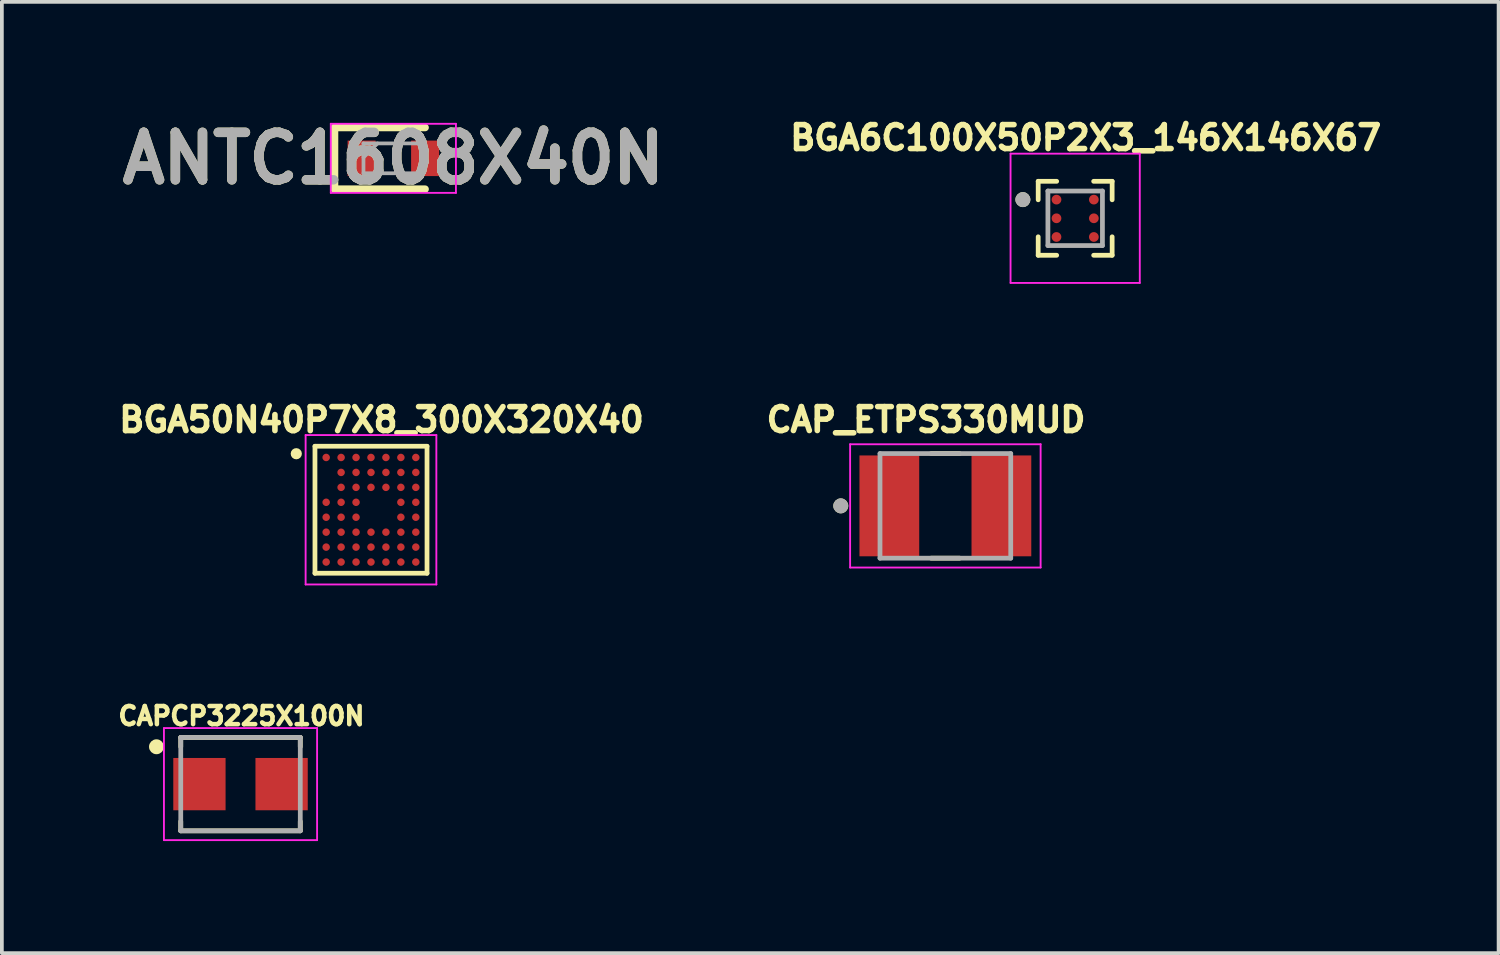
<source format=kicad_pcb>
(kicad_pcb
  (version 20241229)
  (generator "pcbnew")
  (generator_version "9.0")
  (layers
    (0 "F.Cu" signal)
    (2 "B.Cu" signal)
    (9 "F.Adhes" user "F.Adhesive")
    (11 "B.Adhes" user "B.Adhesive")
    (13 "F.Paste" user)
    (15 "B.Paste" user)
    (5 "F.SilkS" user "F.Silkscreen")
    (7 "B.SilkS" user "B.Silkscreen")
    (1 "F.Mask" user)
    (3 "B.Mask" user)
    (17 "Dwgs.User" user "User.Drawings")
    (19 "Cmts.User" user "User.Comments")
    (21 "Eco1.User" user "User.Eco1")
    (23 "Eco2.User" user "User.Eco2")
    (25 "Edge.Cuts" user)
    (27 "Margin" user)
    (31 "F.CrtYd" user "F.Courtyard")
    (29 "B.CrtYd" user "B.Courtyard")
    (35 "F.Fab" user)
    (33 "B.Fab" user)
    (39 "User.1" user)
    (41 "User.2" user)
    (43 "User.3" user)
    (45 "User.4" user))
  (footprint "BGA6C100X50P2X3_146X146X67"
    (layer "F.Cu")
    (at 25.734 2.794)
    (property "Reference" "BGA6C100X50P2X3_146X146X67" (at 0.282 -2.156 0) (layer "F.SilkS") (effects (font (size 0.64 0.64) (thickness 0.15))))
    (attr smd)
    (fp_line (start -0.99 -0.99) (end -0.495 -0.99) (stroke (width 0.127) (type solid)) (layer "F.SilkS"))
    (fp_line (start -0.99 -0.495) (end -0.99 -0.99) (stroke (width 0.127) (type solid)) (layer "F.SilkS"))
    (fp_line (start -0.99 0.99) (end -0.99 0.495) (stroke (width 0.127) (type solid)) (layer "F.SilkS"))
    (fp_line (start -0.495 0.99) (end -0.99 0.99) (stroke (width 0.127) (type solid)) (layer "F.SilkS"))
    (fp_line (start 0.495 -0.99) (end 0.99 -0.99) (stroke (width 0.127) (type solid)) (layer "F.SilkS"))
    (fp_line (start 0.99 -0.99) (end 0.99 -0.495) (stroke (width 0.127) (type solid)) (layer "F.SilkS"))
    (fp_line (start 0.99 0.495) (end 0.99 0.99) (stroke (width 0.127) (type solid)) (layer "F.SilkS"))
    (fp_line (start 0.99 0.99) (end 0.495 0.99) (stroke (width 0.127) (type solid)) (layer "F.SilkS"))
    (fp_circle (center -1.4 -0.5) (end -1.3 -0.5) (stroke (width 0.2) (type solid)) (fill no) (layer "F.SilkS"))
    (fp_line (start -1.73 -1.73) (end 1.73 -1.73) (stroke (width 0.05) (type solid)) (layer "F.CrtYd"))
    (fp_line (start -1.73 1.73) (end -1.73 -1.73) (stroke (width 0.05) (type solid)) (layer "F.CrtYd"))
    (fp_line (start 1.73 -1.73) (end 1.73 1.73) (stroke (width 0.05) (type solid)) (layer "F.CrtYd"))
    (fp_line (start 1.73 1.73) (end -1.73 1.73) (stroke (width 0.05) (type solid)) (layer "F.CrtYd"))
    (fp_line (start -0.73 -0.73) (end 0.73 -0.73) (stroke (width 0.127) (type solid)) (layer "F.Fab"))
    (fp_line (start -0.73 0.73) (end -0.73 -0.73) (stroke (width 0.127) (type solid)) (layer "F.Fab"))
    (fp_line (start 0.73 -0.73) (end 0.73 0.73) (stroke (width 0.127) (type solid)) (layer "F.Fab"))
    (fp_line (start 0.73 0.73) (end -0.73 0.73) (stroke (width 0.127) (type solid)) (layer "F.Fab"))
    (fp_circle (center -1.4 -0.5) (end -1.3 -0.5) (stroke (width 0.2) (type solid)) (fill no) (layer "F.Fab"))
    (pad "A1" smd circle (at -0.5 -0.5) (size 0.26 0.26) (layers "F.Cu" "F.Mask" "F.Paste"))
    (pad "A2" smd circle (at 0.5 -0.5) (size 0.26 0.26) (layers "F.Cu" "F.Mask" "F.Paste"))
    (pad "B1" smd circle (at -0.5 0) (size 0.26 0.26) (layers "F.Cu" "F.Mask" "F.Paste"))
    (pad "B2" smd circle (at 0.5 0) (size 0.26 0.26) (layers "F.Cu" "F.Mask" "F.Paste"))
    (pad "C1" smd circle (at -0.5 0.5) (size 0.26 0.26) (layers "F.Cu" "F.Mask" "F.Paste"))
    (pad "C2" smd circle (at 0.5 0.5) (size 0.26 0.26) (layers "F.Cu" "F.Mask" "F.Paste")))
  (footprint "CAPCP3225X100N"
    (layer "F.Cu")
    (at 3.389 17.942)
    (property "Reference" "CAPCP3225X100N" (at 0.024 -1.824 0) (layer "F.SilkS") (effects (font (size 0.485 0.485) (thickness 0.15))))
    (attr smd)
    (fp_line (start -1.6 -1.25) (end -1.6 -1) (stroke (width 0.127) (type solid)) (layer "F.SilkS"))
    (fp_line (start -1.6 1.25) (end -1.6 1) (stroke (width 0.127) (type solid)) (layer "F.SilkS"))
    (fp_line (start 1.6 -1.25) (end -1.6 -1.25) (stroke (width 0.127) (type solid)) (layer "F.SilkS"))
    (fp_line (start 1.6 -1) (end 1.6 -1.25) (stroke (width 0.127) (type solid)) (layer "F.SilkS"))
    (fp_line (start 1.6 1) (end 1.6 1.25) (stroke (width 0.127) (type solid)) (layer "F.SilkS"))
    (fp_line (start 1.6 1.25) (end -1.6 1.25) (stroke (width 0.127) (type solid)) (layer "F.SilkS"))
    (fp_circle (center -2.25 -1) (end -2.15 -1) (stroke (width 0.2) (type solid)) (fill no) (layer "F.SilkS"))
    (fp_line (start -2.05 -1.5) (end 2.05 -1.5) (stroke (width 0.05) (type solid)) (layer "F.CrtYd"))
    (fp_line (start -2.05 1.5) (end -2.05 -1.5) (stroke (width 0.05) (type solid)) (layer "F.CrtYd"))
    (fp_line (start 2.05 -1.5) (end 2.05 1.5) (stroke (width 0.05) (type solid)) (layer "F.CrtYd"))
    (fp_line (start 2.05 1.5) (end -2.05 1.5) (stroke (width 0.05) (type solid)) (layer "F.CrtYd"))
    (fp_line (start -1.6 -1.25) (end 1.6 -1.25) (stroke (width 0.127) (type solid)) (layer "F.Fab"))
    (fp_line (start -1.6 1.25) (end -1.6 -1.25) (stroke (width 0.127) (type solid)) (layer "F.Fab"))
    (fp_line (start 1.6 -1.25) (end 1.6 1.25) (stroke (width 0.127) (type solid)) (layer "F.Fab"))
    (fp_line (start 1.6 1.25) (end -1.6 1.25) (stroke (width 0.127) (type solid)) (layer "F.Fab"))
    (pad "1" smd rect (at -1.1 0 180) (size 1.4 1.4) (layers "F.Cu" "F.Mask" "F.Paste"))
    (pad "2" smd rect (at 1.1 0 180) (size 1.4 1.4) (layers "F.Cu" "F.Mask" "F.Paste")))
  (footprint "ANTC1608X40N"
    (layer "F.Cu")
    (at 7.481 1.189)
    (property "Reference" "ANTC1608X40N" (at 0 0 0) (layer "F.SilkS") (effects (font (size 1.27 1.27) (thickness 0.254))))
    (attr smd)
    (fp_line (start -1.575 -0.825) (end -1.575 0.825) (stroke (width 0.2) (type solid)) (layer "F.SilkS"))
    (fp_line (start -1.575 0.825) (end 0.85 0.825) (stroke (width 0.2) (type solid)) (layer "F.SilkS"))
    (fp_line (start 0.85 -0.825) (end -1.575 -0.825) (stroke (width 0.2) (type solid)) (layer "F.SilkS"))
    (fp_line (start -1.675 -0.925) (end 1.675 -0.925) (stroke (width 0.05) (type solid)) (layer "F.CrtYd"))
    (fp_line (start -1.675 0.925) (end -1.675 -0.925) (stroke (width 0.05) (type solid)) (layer "F.CrtYd"))
    (fp_line (start 1.675 -0.925) (end 1.675 0.925) (stroke (width 0.05) (type solid)) (layer "F.CrtYd"))
    (fp_line (start 1.675 0.925) (end -1.675 0.925) (stroke (width 0.05) (type solid)) (layer "F.CrtYd"))
    (fp_line (start -0.8 -0.4) (end 0.8 -0.4) (stroke (width 0.1) (type solid)) (layer "F.Fab"))
    (fp_line (start -0.8 -0.025) (end -0.425 -0.4) (stroke (width 0.1) (type solid)) (layer "F.Fab"))
    (fp_line (start -0.8 0.4) (end -0.8 -0.4) (stroke (width 0.1) (type solid)) (layer "F.Fab"))
    (fp_line (start 0.8 -0.4) (end 0.8 0.4) (stroke (width 0.1) (type solid)) (layer "F.Fab"))
    (fp_line (start 0.8 0.4) (end -0.8 0.4) (stroke (width 0.1) (type solid)) (layer "F.Fab"))
    (fp_text user "${REFERENCE}" (at 0 0 0) (layer "F.Fab") (effects (font (size 1.27 1.27) (thickness 0.254))))
    (pad "1" smd rect (at -0.85 0) (size 0.75 0.95) (layers "F.Cu" "F.Mask" "F.Paste"))
    (pad "2" smd rect (at 0.85 0) (size 0.75 0.95) (layers "F.Cu" "F.Mask" "F.Paste")))
  (footprint "CAP_ETPS330MUD"
    (layer "F.Cu")
    (at 22.259 10.493)
    (property "Reference" "CAP_ETPS330MUD" (at -0.518 -2.306 0) (layer "F.SilkS") (effects (font (size 0.64 0.64) (thickness 0.15))))
    (attr smd)
    (fp_line (start -0.38 -1.4) (end 0.38 -1.4) (stroke (width 0.127) (type solid)) (layer "F.SilkS"))
    (fp_line (start -0.38 1.4) (end 0.38 1.4) (stroke (width 0.127) (type solid)) (layer "F.SilkS"))
    (fp_circle (center -2.8 0) (end -2.7 0) (stroke (width 0.2) (type solid)) (fill no) (layer "F.SilkS"))
    (fp_line (start -2.55 -1.65) (end -2.55 1.65) (stroke (width 0.05) (type solid)) (layer "F.CrtYd"))
    (fp_line (start -2.55 1.65) (end 2.55 1.65) (stroke (width 0.05) (type solid)) (layer "F.CrtYd"))
    (fp_line (start 2.55 -1.65) (end -2.55 -1.65) (stroke (width 0.05) (type solid)) (layer "F.CrtYd"))
    (fp_line (start 2.55 1.65) (end 2.55 -1.65) (stroke (width 0.05) (type solid)) (layer "F.CrtYd"))
    (fp_line (start -1.75 -1.4) (end -1.75 1.4) (stroke (width 0.127) (type solid)) (layer "F.Fab"))
    (fp_line (start -1.75 -1.4) (end 1.75 -1.4) (stroke (width 0.127) (type solid)) (layer "F.Fab"))
    (fp_line (start -1.75 1.4) (end 1.75 1.4) (stroke (width 0.127) (type solid)) (layer "F.Fab"))
    (fp_line (start 1.75 -1.4) (end 1.75 1.4) (stroke (width 0.127) (type solid)) (layer "F.Fab"))
    (fp_circle (center -2.8 0) (end -2.7 0) (stroke (width 0.2) (type solid)) (fill no) (layer "F.Fab"))
    (pad "1" smd rect (at -1.5 0) (size 1.6 2.7) (layers "F.Cu" "F.Mask" "F.Paste"))
    (pad "2" smd rect (at 1.5 0) (size 1.6 2.7) (layers "F.Cu" "F.Mask" "F.Paste")))
  (footprint "BGA50N40P7X8_300X320X40"
    (layer "F.Cu")
    (at 6.882 10.597)
    (property "Reference" "BGA50N40P7X8_300X320X40" (at 0.282 -2.409 0) (layer "F.SilkS") (effects (font (size 0.641 0.641) (thickness 0.15))))
    (attr through_hole)
    (fp_circle (center -1.2 -1.4) (end -1.03 -1.4) (stroke (width 0) (type solid)) (fill yes) (layer "F.Mask"))
    (fp_circle (center -1.2 -0.2) (end -1.03 -0.2) (stroke (width 0) (type solid)) (fill yes) (layer "F.Mask"))
    (fp_circle (center -1.2 0.2) (end -1.03 0.2) (stroke (width 0) (type solid)) (fill yes) (layer "F.Mask"))
    (fp_circle (center -1.2 0.6) (end -1.03 0.6) (stroke (width 0) (type solid)) (fill yes) (layer "F.Mask"))
    (fp_circle (center -1.2 1) (end -1.03 1) (stroke (width 0) (type solid)) (fill yes) (layer "F.Mask"))
    (fp_circle (center -1.2 1.4) (end -1.03 1.4) (stroke (width 0) (type solid)) (fill yes) (layer "F.Mask"))
    (fp_circle (center -0.8 -1.4) (end -0.63 -1.4) (stroke (width 0) (type solid)) (fill yes) (layer "F.Mask"))
    (fp_circle (center -0.8 -1) (end -0.63 -1) (stroke (width 0) (type solid)) (fill yes) (layer "F.Mask"))
    (fp_circle (center -0.8 -0.6) (end -0.63 -0.6) (stroke (width 0) (type solid)) (fill yes) (layer "F.Mask"))
    (fp_circle (center -0.8 -0.2) (end -0.63 -0.2) (stroke (width 0) (type solid)) (fill yes) (layer "F.Mask"))
    (fp_circle (center -0.8 0.2) (end -0.63 0.2) (stroke (width 0) (type solid)) (fill yes) (layer "F.Mask"))
    (fp_circle (center -0.8 0.6) (end -0.63 0.6) (stroke (width 0) (type solid)) (fill yes) (layer "F.Mask"))
    (fp_circle (center -0.8 1) (end -0.63 1) (stroke (width 0) (type solid)) (fill yes) (layer "F.Mask"))
    (fp_circle (center -0.8 1.4) (end -0.63 1.4) (stroke (width 0) (type solid)) (fill yes) (layer "F.Mask"))
    (fp_circle (center -0.4 -1.4) (end -0.23 -1.4) (stroke (width 0) (type solid)) (fill yes) (layer "F.Mask"))
    (fp_circle (center -0.4 -1) (end -0.23 -1) (stroke (width 0) (type solid)) (fill yes) (layer "F.Mask"))
    (fp_circle (center -0.4 -0.6) (end -0.23 -0.6) (stroke (width 0) (type solid)) (fill yes) (layer "F.Mask"))
    (fp_circle (center -0.4 -0.2) (end -0.23 -0.2) (stroke (width 0) (type solid)) (fill yes) (layer "F.Mask"))
    (fp_circle (center -0.4 0.2) (end -0.23 0.2) (stroke (width 0) (type solid)) (fill yes) (layer "F.Mask"))
    (fp_circle (center -0.4 0.6) (end -0.23 0.6) (stroke (width 0) (type solid)) (fill yes) (layer "F.Mask"))
    (fp_circle (center -0.4 1) (end -0.23 1) (stroke (width 0) (type solid)) (fill yes) (layer "F.Mask"))
    (fp_circle (center -0.4 1.4) (end -0.23 1.4) (stroke (width 0) (type solid)) (fill yes) (layer "F.Mask"))
    (fp_circle (center 0 -1.4) (end 0.17 -1.4) (stroke (width 0) (type solid)) (fill yes) (layer "F.Mask"))
    (fp_circle (center 0 -1) (end 0.17 -1) (stroke (width 0) (type solid)) (fill yes) (layer "F.Mask"))
    (fp_circle (center 0 -0.6) (end 0.17 -0.6) (stroke (width 0) (type solid)) (fill yes) (layer "F.Mask"))
    (fp_circle (center 0 0.6) (end 0.17 0.6) (stroke (width 0) (type solid)) (fill yes) (layer "F.Mask"))
    (fp_circle (center 0 1) (end 0.17 1) (stroke (width 0) (type solid)) (fill yes) (layer "F.Mask"))
    (fp_circle (center 0 1.4) (end 0.17 1.4) (stroke (width 0) (type solid)) (fill yes) (layer "F.Mask"))
    (fp_circle (center 0.4 -1.4) (end 0.57 -1.4) (stroke (width 0) (type solid)) (fill yes) (layer "F.Mask"))
    (fp_circle (center 0.4 -1) (end 0.57 -1) (stroke (width 0) (type solid)) (fill yes) (layer "F.Mask"))
    (fp_circle (center 0.4 -0.6) (end 0.57 -0.6) (stroke (width 0) (type solid)) (fill yes) (layer "F.Mask"))
    (fp_circle (center 0.4 0.6) (end 0.57 0.6) (stroke (width 0) (type solid)) (fill yes) (layer "F.Mask"))
    (fp_circle (center 0.4 1) (end 0.57 1) (stroke (width 0) (type solid)) (fill yes) (layer "F.Mask"))
    (fp_circle (center 0.4 1.4) (end 0.57 1.4) (stroke (width 0) (type solid)) (fill yes) (layer "F.Mask"))
    (fp_circle (center 0.8 -1.4) (end 0.97 -1.4) (stroke (width 0) (type solid)) (fill yes) (layer "F.Mask"))
    (fp_circle (center 0.8 -1) (end 0.97 -1) (stroke (width 0) (type solid)) (fill yes) (layer "F.Mask"))
    (fp_circle (center 0.8 -0.6) (end 0.97 -0.6) (stroke (width 0) (type solid)) (fill yes) (layer "F.Mask"))
    (fp_circle (center 0.8 -0.2) (end 0.97 -0.2) (stroke (width 0) (type solid)) (fill yes) (layer "F.Mask"))
    (fp_circle (center 0.8 0.2) (end 0.97 0.2) (stroke (width 0) (type solid)) (fill yes) (layer "F.Mask"))
    (fp_circle (center 0.8 0.6) (end 0.97 0.6) (stroke (width 0) (type solid)) (fill yes) (layer "F.Mask"))
    (fp_circle (center 0.8 1) (end 0.97 1) (stroke (width 0) (type solid)) (fill yes) (layer "F.Mask"))
    (fp_circle (center 0.8 1.4) (end 0.97 1.4) (stroke (width 0) (type solid)) (fill yes) (layer "F.Mask"))
    (fp_circle (center 1.2 -1.4) (end 1.37 -1.4) (stroke (width 0) (type solid)) (fill yes) (layer "F.Mask"))
    (fp_circle (center 1.2 -1) (end 1.37 -1) (stroke (width 0) (type solid)) (fill yes) (layer "F.Mask"))
    (fp_circle (center 1.2 -0.6) (end 1.37 -0.6) (stroke (width 0) (type solid)) (fill yes) (layer "F.Mask"))
    (fp_circle (center 1.2 -0.2) (end 1.37 -0.2) (stroke (width 0) (type solid)) (fill yes) (layer "F.Mask"))
    (fp_circle (center 1.2 0.2) (end 1.37 0.2) (stroke (width 0) (type solid)) (fill yes) (layer "F.Mask"))
    (fp_circle (center 1.2 0.6) (end 1.37 0.6) (stroke (width 0) (type solid)) (fill yes) (layer "F.Mask"))
    (fp_circle (center 1.2 1) (end 1.37 1) (stroke (width 0) (type solid)) (fill yes) (layer "F.Mask"))
    (fp_circle (center 1.2 1.4) (end 1.37 1.4) (stroke (width 0) (type solid)) (fill yes) (layer "F.Mask"))
    (fp_line (start -1.5 -1.7) (end 1.5 -1.7) (stroke (width 0.127) (type solid)) (layer "F.SilkS"))
    (fp_line (start -1.5 1.7) (end -1.5 -1.7) (stroke (width 0.127) (type solid)) (layer "F.SilkS"))
    (fp_line (start 1.5 -1.7) (end 1.5 1.7) (stroke (width 0.127) (type solid)) (layer "F.SilkS"))
    (fp_line (start 1.5 1.7) (end -1.5 1.7) (stroke (width 0.127) (type solid)) (layer "F.SilkS"))
    (fp_circle (center -2 -1.5) (end -1.925 -1.5) (stroke (width 0.15) (type solid)) (fill no) (layer "F.SilkS"))
    (fp_line (start -1.75 -2) (end 1.75 -2) (stroke (width 0.05) (type solid)) (layer "F.CrtYd"))
    (fp_line (start -1.75 2) (end -1.75 -2) (stroke (width 0.05) (type solid)) (layer "F.CrtYd"))
    (fp_line (start 1.75 -2) (end 1.75 2) (stroke (width 0.05) (type solid)) (layer "F.CrtYd"))
    (fp_line (start 1.75 2) (end -1.75 2) (stroke (width 0.05) (type solid)) (layer "F.CrtYd"))
    (pad "A1" smd circle (at -1.2 -1.4) (size 0.2 0.2) (layers "F.Cu" "F.Paste"))
    (pad "A2" smd circle (at -0.8 -1.4) (size 0.2 0.2) (layers "F.Cu" "F.Paste"))
    (pad "A3" smd circle (at -0.4 -1.4) (size 0.2 0.2) (layers "F.Cu" "F.Paste"))
    (pad "A4" smd circle (at 0 -1.4) (size 0.2 0.2) (layers "F.Cu" "F.Paste"))
    (pad "A5" smd circle (at 0.4 -1.4) (size 0.2 0.2) (layers "F.Cu" "F.Paste"))
    (pad "A6" smd circle (at 0.8 -1.4) (size 0.2 0.2) (layers "F.Cu" "F.Paste"))
    (pad "A7" smd circle (at 1.2 -1.4) (size 0.2 0.2) (layers "F.Cu" "F.Paste"))
    (pad "B2" smd circle (at -0.8 -1) (size 0.2 0.2) (layers "F.Cu" "F.Paste"))
    (pad "B3" smd circle (at -0.4 -1) (size 0.2 0.2) (layers "F.Cu" "F.Paste"))
    (pad "B4" smd circle (at 0 -1) (size 0.2 0.2) (layers "F.Cu" "F.Paste"))
    (pad "B5" smd circle (at 0.4 -1) (size 0.2 0.2) (layers "F.Cu" "F.Paste"))
    (pad "B6" smd circle (at 0.8 -1) (size 0.2 0.2) (layers "F.Cu" "F.Paste"))
    (pad "B7" smd circle (at 1.2 -1) (size 0.2 0.2) (layers "F.Cu" "F.Paste"))
    (pad "C2" smd circle (at -0.8 -0.6) (size 0.2 0.2) (layers "F.Cu" "F.Paste"))
    (pad "C3" smd circle (at -0.4 -0.6) (size 0.2 0.2) (layers "F.Cu" "F.Paste"))
    (pad "C4" smd circle (at 0 -0.6) (size 0.2 0.2) (layers "F.Cu" "F.Paste"))
    (pad "C5" smd circle (at 0.4 -0.6) (size 0.2 0.2) (layers "F.Cu" "F.Paste"))
    (pad "C6" smd circle (at 0.8 -0.6) (size 0.2 0.2) (layers "F.Cu" "F.Paste"))
    (pad "C7" smd circle (at 1.2 -0.6) (size 0.2 0.2) (layers "F.Cu" "F.Paste"))
    (pad "D1" smd circle (at -1.2 -0.2) (size 0.2 0.2) (layers "F.Cu" "F.Paste"))
    (pad "D2" smd circle (at -0.8 -0.2) (size 0.2 0.2) (layers "F.Cu" "F.Paste"))
    (pad "D3" smd circle (at -0.4 -0.2) (size 0.2 0.2) (layers "F.Cu" "F.Paste"))
    (pad "D6" smd circle (at 0.8 -0.2) (size 0.2 0.2) (layers "F.Cu" "F.Paste"))
    (pad "D7" smd circle (at 1.2 -0.2) (size 0.2 0.2) (layers "F.Cu" "F.Paste"))
    (pad "E1" smd circle (at -1.2 0.2) (size 0.2 0.2) (layers "F.Cu" "F.Paste"))
    (pad "E2" smd circle (at -0.8 0.2) (size 0.2 0.2) (layers "F.Cu" "F.Paste"))
    (pad "E3" smd circle (at -0.4 0.2) (size 0.2 0.2) (layers "F.Cu" "F.Paste"))
    (pad "E6" smd circle (at 0.8 0.2) (size 0.2 0.2) (layers "F.Cu" "F.Paste"))
    (pad "E7" smd circle (at 1.2 0.2) (size 0.2 0.2) (layers "F.Cu" "F.Paste"))
    (pad "F1" smd circle (at -1.2 0.6) (size 0.2 0.2) (layers "F.Cu" "F.Paste"))
    (pad "F2" smd circle (at -0.8 0.6) (size 0.2 0.2) (layers "F.Cu" "F.Paste"))
    (pad "F3" smd circle (at -0.4 0.6) (size 0.2 0.2) (layers "F.Cu" "F.Paste"))
    (pad "F4" smd circle (at 0 0.6) (size 0.2 0.2) (layers "F.Cu" "F.Paste"))
    (pad "F5" smd circle (at 0.4 0.6) (size 0.2 0.2) (layers "F.Cu" "F.Paste"))
    (pad "F6" smd circle (at 0.8 0.6) (size 0.2 0.2) (layers "F.Cu" "F.Paste"))
    (pad "F7" smd circle (at 1.2 0.6) (size 0.2 0.2) (layers "F.Cu" "F.Paste"))
    (pad "G1" smd circle (at -1.2 1) (size 0.2 0.2) (layers "F.Cu" "F.Paste"))
    (pad "G2" smd circle (at -0.8 1) (size 0.2 0.2) (layers "F.Cu" "F.Paste"))
    (pad "G3" smd circle (at -0.4 1) (size 0.2 0.2) (layers "F.Cu" "F.Paste"))
    (pad "G4" smd circle (at 0 1) (size 0.2 0.2) (layers "F.Cu" "F.Paste"))
    (pad "G5" smd circle (at 0.4 1) (size 0.2 0.2) (layers "F.Cu" "F.Paste"))
    (pad "G6" smd circle (at 0.8 1) (size 0.2 0.2) (layers "F.Cu" "F.Paste"))
    (pad "G7" smd circle (at 1.2 1) (size 0.2 0.2) (layers "F.Cu" "F.Paste"))
    (pad "H1" smd circle (at -1.2 1.4) (size 0.2 0.2) (layers "F.Cu" "F.Paste"))
    (pad "H2" smd circle (at -0.8 1.4) (size 0.2 0.2) (layers "F.Cu" "F.Paste"))
    (pad "H3" smd circle (at -0.4 1.4) (size 0.2 0.2) (layers "F.Cu" "F.Paste"))
    (pad "H4" smd circle (at 0 1.4) (size 0.2 0.2) (layers "F.Cu" "F.Paste"))
    (pad "H5" smd circle (at 0.4 1.4) (size 0.2 0.2) (layers "F.Cu" "F.Paste"))
    (pad "H6" smd circle (at 0.8 1.4) (size 0.2 0.2) (layers "F.Cu" "F.Paste"))
    (pad "H7" smd circle (at 1.2 1.4) (size 0.2 0.2) (layers "F.Cu" "F.Paste")))
  (gr_rect
    (start -3 -3)
    (end 37.07 22.467)
    (stroke (width 0.1) (type default))
    (fill no)
    (layer "Edge.Cuts")))
</source>
